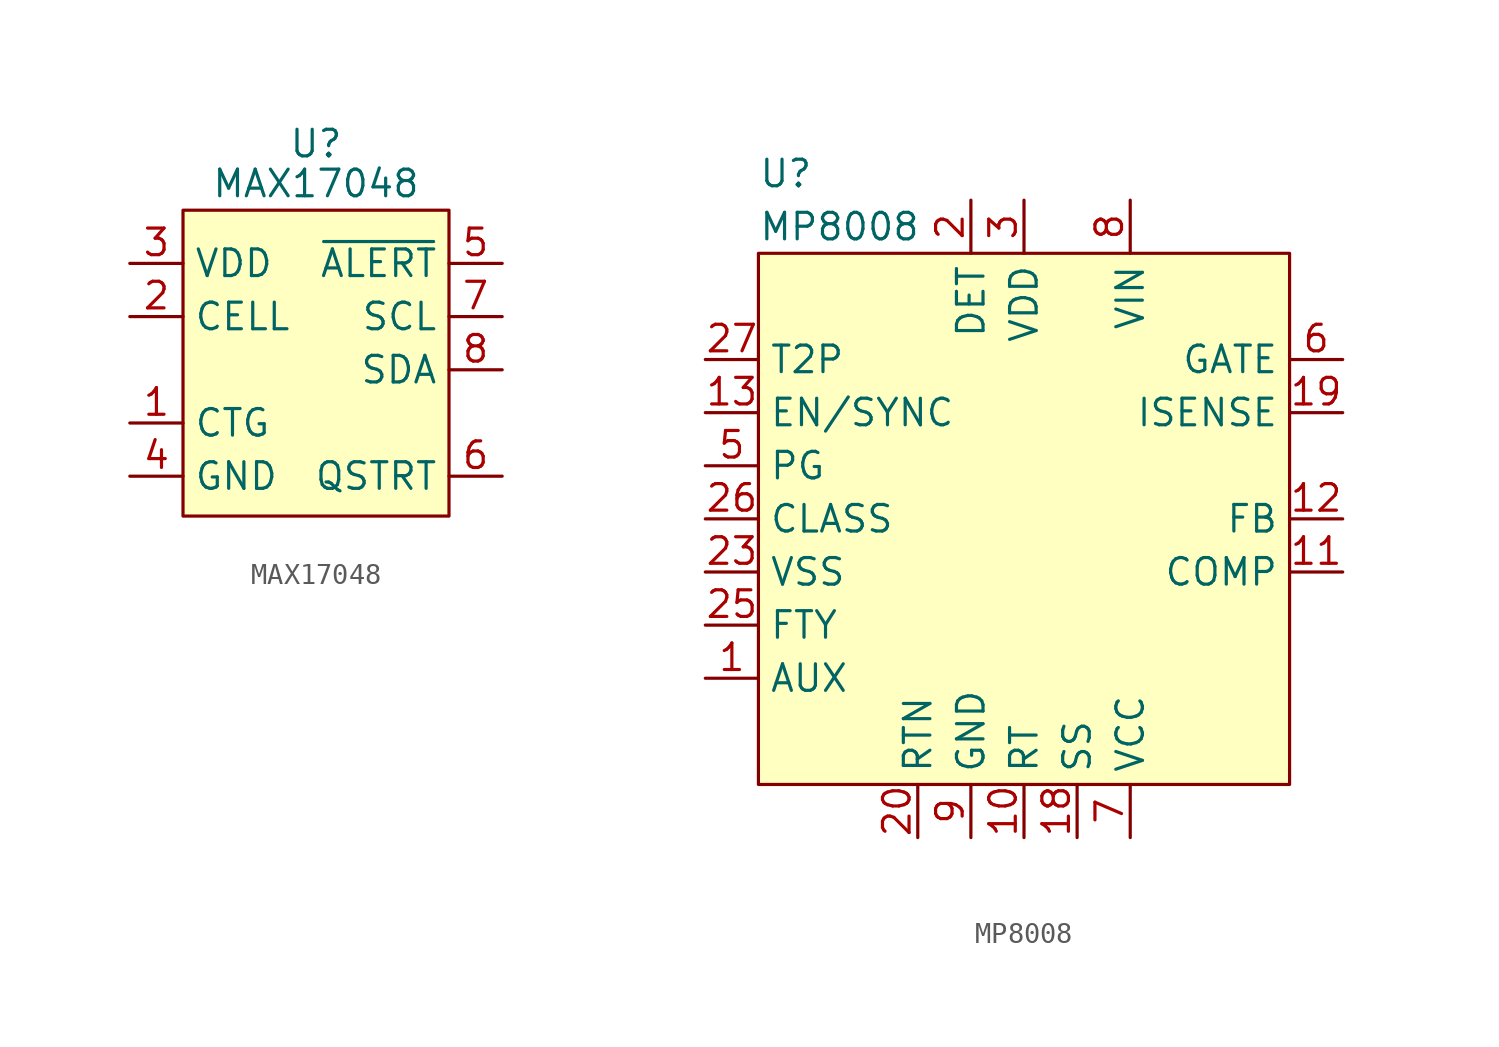
<source format=kicad_sym>
(kicad_symbol_lib
  (version 20231120)
  (generator "kicad_symbol_editor")
  (generator_version "8.0")
  (symbol "MAX17048"
    (property "Reference" "U"
      (at 0 3.175 0)
      (effects (font (size 1.27 1.27))))
    (property "Value" "MAX17048"
      (at 0 1.27 0)
      (effects (font (size 1.27 1.27))))
    (symbol "MAX17048_0_1"
      (rectangle (start -6.35 0) (end 6.35 -14.605) (stroke (width 0) (type default)) (fill (type background))))
    (symbol "MAX17048_1_1"
      (pin passive line (at -8.89 -10.16 0) (length 2.54) (name "CTG" (effects (font (size 1.27 1.27)))) (number "1" (effects (font (size 1.27 1.27)))))
      (pin input line (at -8.89 -5.08 0) (length 2.54) (name "CELL" (effects (font (size 1.27 1.27)))) (number "2" (effects (font (size 1.27 1.27)))))
      (pin power_in line (at -8.89 -2.54 0) (length 2.54) (name "VDD" (effects (font (size 1.27 1.27)))) (number "3" (effects (font (size 1.27 1.27)))))
      (pin power_in line (at -8.89 -12.7 0) (length 2.54) (name "GND" (effects (font (size 1.27 1.27)))) (number "4" (effects (font (size 1.27 1.27)))))
      (pin output line (at 8.89 -2.54 180) (length 2.54) (name "~{ALERT}" (effects (font (size 1.27 1.27)))) (number "5" (effects (font (size 1.27 1.27)))))
      (pin bidirectional line (at 8.89 -12.7 180) (length 2.54) (name "QSTRT" (effects (font (size 1.27 1.27)))) (number "6" (effects (font (size 1.27 1.27)))))
      (pin bidirectional line (at 8.89 -5.08 180) (length 2.54) (name "SCL" (effects (font (size 1.27 1.27)))) (number "7" (effects (font (size 1.27 1.27)))))
      (pin bidirectional line (at 8.89 -7.62 180) (length 2.54) (name "SDA" (effects (font (size 1.27 1.27)))) (number "8" (effects (font (size 1.27 1.27)))))
      (pin power_in line (at -8.89 -12.7 0) (length 2.54) hide (name "GND" (effects (font (size 1.27 1.27)))) (number "9" (effects (font (size 1.27 1.27)))))))
  (symbol "MP8008"
    (property "Reference" "U"
      (at -12.7 3.81 0)
      (effects (font (size 1.27 1.27)) (justify left)))
    (property "Value" "MP8008"
      (at -12.7 1.27 0)
      (effects (font (size 1.27 1.27)) (justify left)))
    (symbol "MP8008_0_1"
      (rectangle (start -12.7 0) (end 12.7 -25.4) (stroke (width 0) (type default)) (fill (type background))))
    (symbol "MP8008_1_1"
      (pin passive line (at -15.24 -20.32 0) (length 2.54) (name "AUX" (effects (font (size 1.27 1.27)))) (number "1" (effects (font (size 1.27 1.27)))))
      (pin passive line (at 0 -27.94 90) (length 2.54) (name "RT" (effects (font (size 1.27 1.27)))) (number "10" (effects (font (size 1.27 1.27)))))
      (pin input line (at 15.24 -15.24 180) (length 2.54) (name "COMP" (effects (font (size 1.27 1.27)))) (number "11" (effects (font (size 1.27 1.27)))))
      (pin input line (at 15.24 -12.7 180) (length 2.54) (name "FB" (effects (font (size 1.27 1.27)))) (number "12" (effects (font (size 1.27 1.27)))))
      (pin input line (at -15.24 -7.62 0) (length 2.54) (name "EN/SYNC" (effects (font (size 1.27 1.27)))) (number "13" (effects (font (size 1.27 1.27)))))
      (pin no_connect line (at 15.24 -20.32 180) (length 2.54) hide (name "NC" (effects (font (size 1.27 1.27)))) (number "14" (effects (font (size 1.27 1.27)))))
      (pin no_connect line (at 15.24 -20.32 180) (length 2.54) hide (name "NC" (effects (font (size 1.27 1.27)))) (number "15" (effects (font (size 1.27 1.27)))))
      (pin no_connect line (at 15.24 -20.32 180) (length 2.54) hide (name "NC" (effects (font (size 1.27 1.27)))) (number "16" (effects (font (size 1.27 1.27)))))
      (pin no_connect line (at 15.24 -20.32 180) (length 2.54) hide (name "NC" (effects (font (size 1.27 1.27)))) (number "17" (effects (font (size 1.27 1.27)))))
      (pin passive line (at 2.54 -27.94 90) (length 2.54) (name "SS" (effects (font (size 1.27 1.27)))) (number "18" (effects (font (size 1.27 1.27)))))
      (pin input line (at 15.24 -7.62 180) (length 2.54) (name "ISENSE" (effects (font (size 1.27 1.27)))) (number "19" (effects (font (size 1.27 1.27)))))
      (pin passive line (at -2.54 2.54 270) (length 2.54) (name "DET" (effects (font (size 1.27 1.27)))) (number "2" (effects (font (size 1.27 1.27)))))
      (pin passive line (at -5.08 -27.94 90) (length 2.54) (name "RTN" (effects (font (size 1.27 1.27)))) (number "20" (effects (font (size 1.27 1.27)))))
      (pin passive line (at -5.08 -27.94 90) (length 2.54) hide (name "RTN" (effects (font (size 1.27 1.27)))) (number "21" (effects (font (size 1.27 1.27)))))
      (pin no_connect line (at 15.24 -20.32 180) (length 2.54) hide (name "NC" (effects (font (size 1.27 1.27)))) (number "22" (effects (font (size 1.27 1.27)))))
      (pin passive line (at -15.24 -15.24 0) (length 2.54) (name "VSS" (effects (font (size 1.27 1.27)))) (number "23" (effects (font (size 1.27 1.27)))))
      (pin passive line (at -15.24 -15.24 0) (length 2.54) hide (name "VSS" (effects (font (size 1.27 1.27)))) (number "24" (effects (font (size 1.27 1.27)))))
      (pin passive line (at -15.24 -17.78 0) (length 2.54) (name "FTY" (effects (font (size 1.27 1.27)))) (number "25" (effects (font (size 1.27 1.27)))))
      (pin passive line (at -15.24 -12.7 0) (length 2.54) (name "CLASS" (effects (font (size 1.27 1.27)))) (number "26" (effects (font (size 1.27 1.27)))))
      (pin open_collector line (at -15.24 -5.08 0) (length 2.54) (name "T2P" (effects (font (size 1.27 1.27)))) (number "27" (effects (font (size 1.27 1.27)))))
      (pin no_connect line (at 15.24 -20.32 180) (length 2.54) hide (name "NC" (effects (font (size 1.27 1.27)))) (number "28" (effects (font (size 1.27 1.27)))))
      (pin passive line (at -2.54 -27.94 90) (length 2.54) hide (name "GND" (effects (font (size 1.27 1.27)))) (number "29" (effects (font (size 1.27 1.27)))))
      (pin power_in line (at 0 2.54 270) (length 2.54) (name "VDD" (effects (font (size 1.27 1.27)))) (number "3" (effects (font (size 1.27 1.27)))))
      (pin no_connect line (at 15.24 -20.32 180) (length 2.54) hide (name "NC" (effects (font (size 1.27 1.27)))) (number "4" (effects (font (size 1.27 1.27)))))
      (pin open_collector line (at -15.24 -10.16 0) (length 2.54) (name "PG" (effects (font (size 1.27 1.27)))) (number "5" (effects (font (size 1.27 1.27)))))
      (pin output line (at 15.24 -5.08 180) (length 2.54) (name "GATE" (effects (font (size 1.27 1.27)))) (number "6" (effects (font (size 1.27 1.27)))))
      (pin passive line (at 5.08 -27.94 90) (length 2.54) (name "VCC" (effects (font (size 1.27 1.27)))) (number "7" (effects (font (size 1.27 1.27)))))
      (pin power_in line (at 5.08 2.54 270) (length 2.54) (name "VIN" (effects (font (size 1.27 1.27)))) (number "8" (effects (font (size 1.27 1.27)))))
      (pin passive line (at -2.54 -27.94 90) (length 2.54) (name "GND" (effects (font (size 1.27 1.27)))) (number "9" (effects (font (size 1.27 1.27))))))))
</source>
